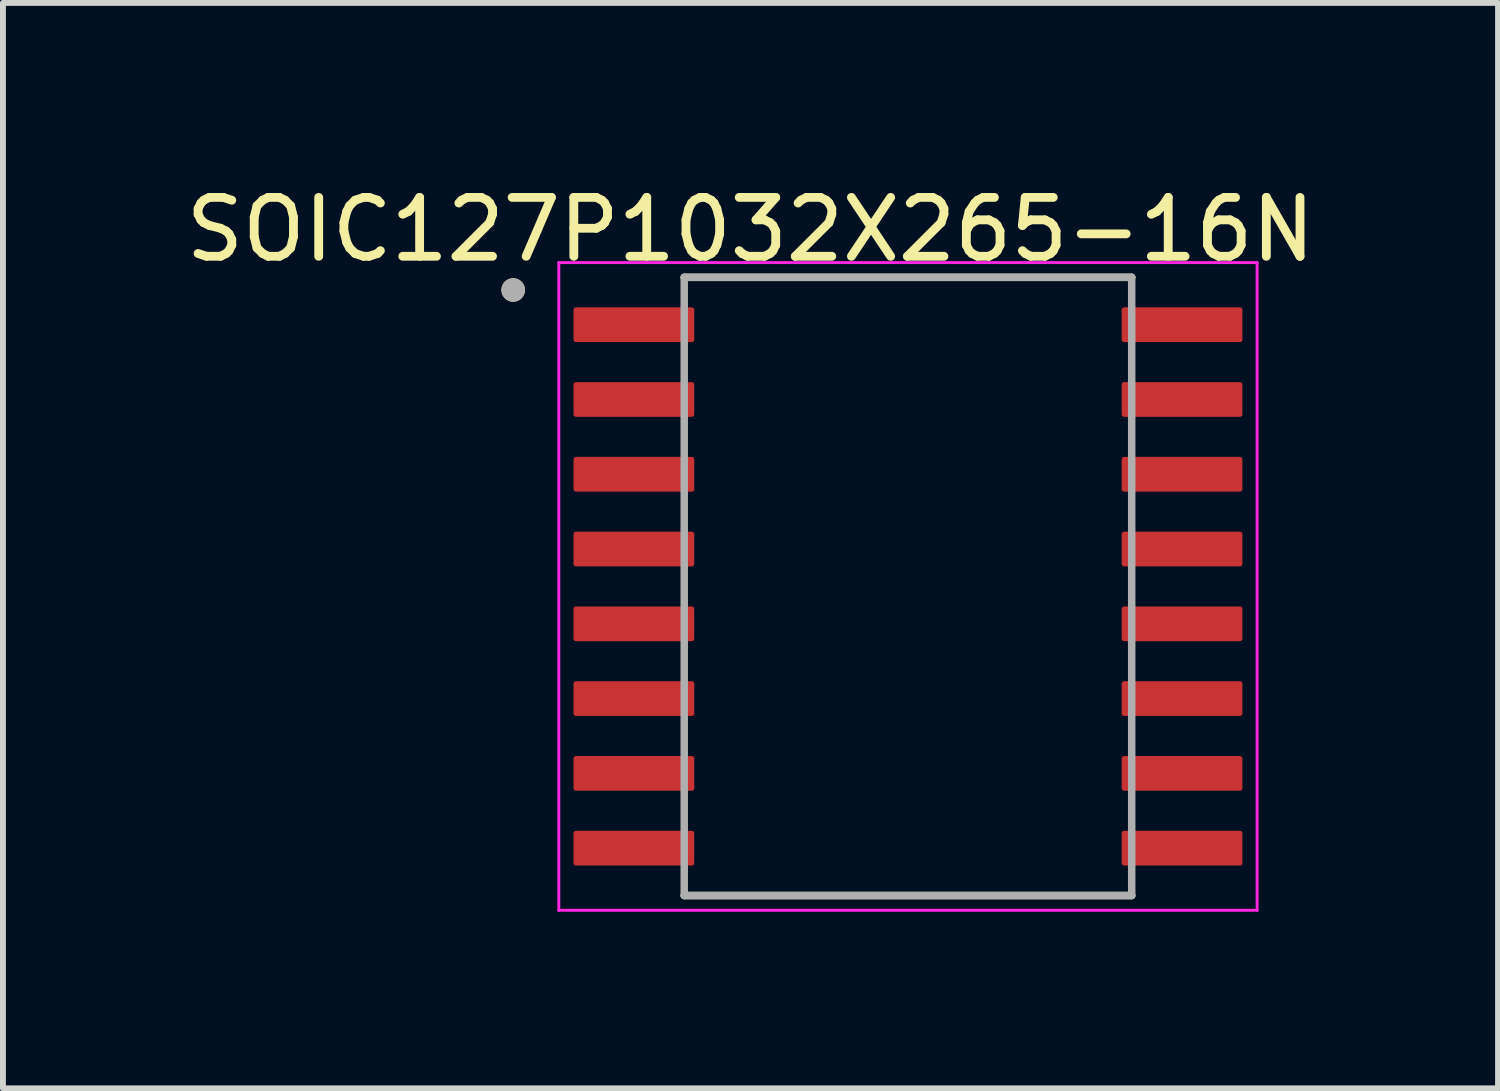
<source format=kicad_pcb>
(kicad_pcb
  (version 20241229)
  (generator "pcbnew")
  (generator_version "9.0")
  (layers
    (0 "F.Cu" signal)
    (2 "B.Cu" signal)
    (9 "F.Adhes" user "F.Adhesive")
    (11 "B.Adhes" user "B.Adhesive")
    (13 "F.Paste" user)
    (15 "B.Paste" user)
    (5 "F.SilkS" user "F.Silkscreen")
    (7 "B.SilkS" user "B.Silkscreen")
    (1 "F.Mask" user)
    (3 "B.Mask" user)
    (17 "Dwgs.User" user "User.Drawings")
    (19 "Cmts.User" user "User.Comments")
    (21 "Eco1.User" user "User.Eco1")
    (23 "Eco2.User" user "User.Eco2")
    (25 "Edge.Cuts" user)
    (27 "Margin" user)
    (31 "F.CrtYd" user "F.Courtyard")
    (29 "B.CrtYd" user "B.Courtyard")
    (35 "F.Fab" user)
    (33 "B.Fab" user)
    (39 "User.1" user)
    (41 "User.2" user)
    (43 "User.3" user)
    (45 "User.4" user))
  (footprint "SOIC127P1032X265-16N"
    (layer "F.Cu")
    (at 12.371 6.91)
    (property "Reference" "SOIC127P1032X265-16N" (at -2.675 -6.062 0) (layer "F.SilkS") (effects (font (size 1 1) (thickness 0.15))))
    (attr through_hole)
    (fp_line (start -3.8 -5.25) (end 3.8 -5.25) (stroke (width 0.127) (type solid)) (layer "F.SilkS"))
    (fp_line (start -3.8 5.25) (end 3.8 5.25) (stroke (width 0.127) (type solid)) (layer "F.SilkS"))
    (fp_circle (center -6.705 -5.035) (end -6.605 -5.035) (stroke (width 0.2) (type solid)) (fill no) (layer "F.SilkS"))
    (fp_line (start -5.93 -5.5) (end -5.93 5.5) (stroke (width 0.05) (type solid)) (layer "F.CrtYd"))
    (fp_line (start -5.93 -5.5) (end 5.93 -5.5) (stroke (width 0.05) (type solid)) (layer "F.CrtYd"))
    (fp_line (start -5.93 5.5) (end 5.93 5.5) (stroke (width 0.05) (type solid)) (layer "F.CrtYd"))
    (fp_line (start 5.93 -5.5) (end 5.93 5.5) (stroke (width 0.05) (type solid)) (layer "F.CrtYd"))
    (fp_line (start -3.8 -5.25) (end -3.8 5.25) (stroke (width 0.127) (type solid)) (layer "F.Fab"))
    (fp_line (start -3.8 -5.25) (end 3.8 -5.25) (stroke (width 0.127) (type solid)) (layer "F.Fab"))
    (fp_line (start -3.8 5.25) (end 3.8 5.25) (stroke (width 0.127) (type solid)) (layer "F.Fab"))
    (fp_line (start 3.8 -5.25) (end 3.8 5.25) (stroke (width 0.127) (type solid)) (layer "F.Fab"))
    (fp_circle (center -6.705 -5.035) (end -6.605 -5.035) (stroke (width 0.2) (type solid)) (fill no) (layer "F.Fab"))
    (pad "1" smd roundrect (at -4.655 -4.445) (size 2.05 0.59) (layers "F.Cu" "F.Mask" "F.Paste") (roundrect_rratio 0.07))
    (pad "2" smd roundrect (at -4.655 -3.175) (size 2.05 0.59) (layers "F.Cu" "F.Mask" "F.Paste") (roundrect_rratio 0.07))
    (pad "3" smd roundrect (at -4.655 -1.905) (size 2.05 0.59) (layers "F.Cu" "F.Mask" "F.Paste") (roundrect_rratio 0.07))
    (pad "4" smd roundrect (at -4.655 -0.635) (size 2.05 0.59) (layers "F.Cu" "F.Mask" "F.Paste") (roundrect_rratio 0.07))
    (pad "5" smd roundrect (at -4.655 0.635) (size 2.05 0.59) (layers "F.Cu" "F.Mask" "F.Paste") (roundrect_rratio 0.07))
    (pad "6" smd roundrect (at -4.655 1.905) (size 2.05 0.59) (layers "F.Cu" "F.Mask" "F.Paste") (roundrect_rratio 0.07))
    (pad "7" smd roundrect (at -4.655 3.175) (size 2.05 0.59) (layers "F.Cu" "F.Mask" "F.Paste") (roundrect_rratio 0.07))
    (pad "8" smd roundrect (at -4.655 4.445) (size 2.05 0.59) (layers "F.Cu" "F.Mask" "F.Paste") (roundrect_rratio 0.07))
    (pad "9" smd roundrect (at 4.655 4.445) (size 2.05 0.59) (layers "F.Cu" "F.Mask" "F.Paste") (roundrect_rratio 0.07))
    (pad "10" smd roundrect (at 4.655 3.175) (size 2.05 0.59) (layers "F.Cu" "F.Mask" "F.Paste") (roundrect_rratio 0.07))
    (pad "11" smd roundrect (at 4.655 1.905) (size 2.05 0.59) (layers "F.Cu" "F.Mask" "F.Paste") (roundrect_rratio 0.07))
    (pad "12" smd roundrect (at 4.655 0.635) (size 2.05 0.59) (layers "F.Cu" "F.Mask" "F.Paste") (roundrect_rratio 0.07))
    (pad "13" smd roundrect (at 4.655 -0.635) (size 2.05 0.59) (layers "F.Cu" "F.Mask" "F.Paste") (roundrect_rratio 0.07))
    (pad "14" smd roundrect (at 4.655 -1.905) (size 2.05 0.59) (layers "F.Cu" "F.Mask" "F.Paste") (roundrect_rratio 0.07))
    (pad "15" smd roundrect (at 4.655 -3.175) (size 2.05 0.59) (layers "F.Cu" "F.Mask" "F.Paste") (roundrect_rratio 0.07))
    (pad "16" smd roundrect (at 4.655 -4.445) (size 2.05 0.59) (layers "F.Cu" "F.Mask" "F.Paste") (roundrect_rratio 0.07)))
  (gr_rect
    (start -3 -3)
    (end 22.393 15.435)
    (stroke (width 0.1) (type default))
    (fill no)
    (layer "Edge.Cuts")))
</source>
